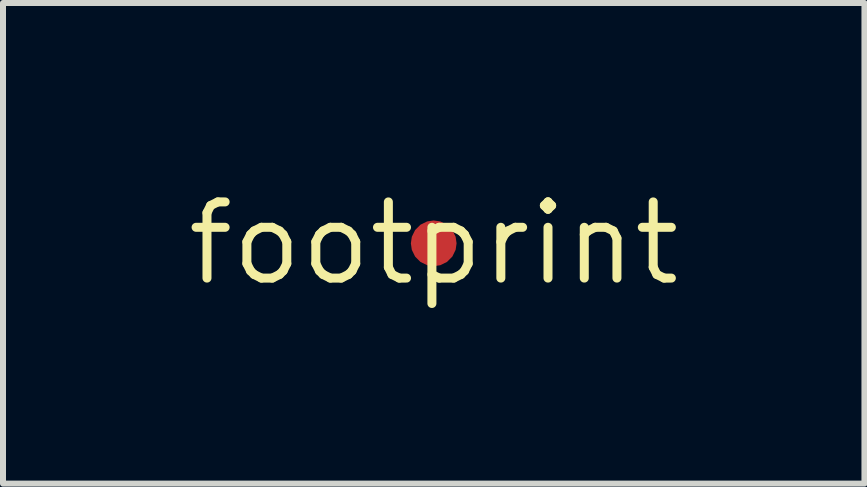
<source format=kicad_pcb>
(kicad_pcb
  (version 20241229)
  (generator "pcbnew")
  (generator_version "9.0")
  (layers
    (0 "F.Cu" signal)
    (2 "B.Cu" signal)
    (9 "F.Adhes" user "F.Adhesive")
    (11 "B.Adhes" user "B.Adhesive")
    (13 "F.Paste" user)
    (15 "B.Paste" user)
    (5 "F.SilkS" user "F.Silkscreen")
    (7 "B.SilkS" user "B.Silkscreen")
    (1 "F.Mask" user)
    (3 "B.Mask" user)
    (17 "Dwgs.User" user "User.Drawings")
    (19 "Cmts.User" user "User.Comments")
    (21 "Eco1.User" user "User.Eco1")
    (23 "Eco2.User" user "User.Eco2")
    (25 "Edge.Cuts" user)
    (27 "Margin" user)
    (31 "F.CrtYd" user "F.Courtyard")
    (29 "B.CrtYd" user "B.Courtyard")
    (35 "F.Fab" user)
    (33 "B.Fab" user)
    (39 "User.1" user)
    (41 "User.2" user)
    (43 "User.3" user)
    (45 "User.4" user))
  (footprint "footprint"
    (layer "F.Cu")
    (at 4.18 1.006)
    (property "Reference" "footprint" (at 0 0 0) (layer "F.SilkS") (effects (font (size 1.27 1.27) (thickness 0.15))))
    (pad "1" smd roundrect (at 0 0) (size 0.762 0.762) (layers "F.Cu" "F.Mask") (roundrect_rratio 0.5)))
  (gr_rect
    (start -3 -3)
    (end 11.36 5.012)
    (stroke (width 0.1) (type default))
    (fill no)
    (layer "Edge.Cuts")))
</source>
